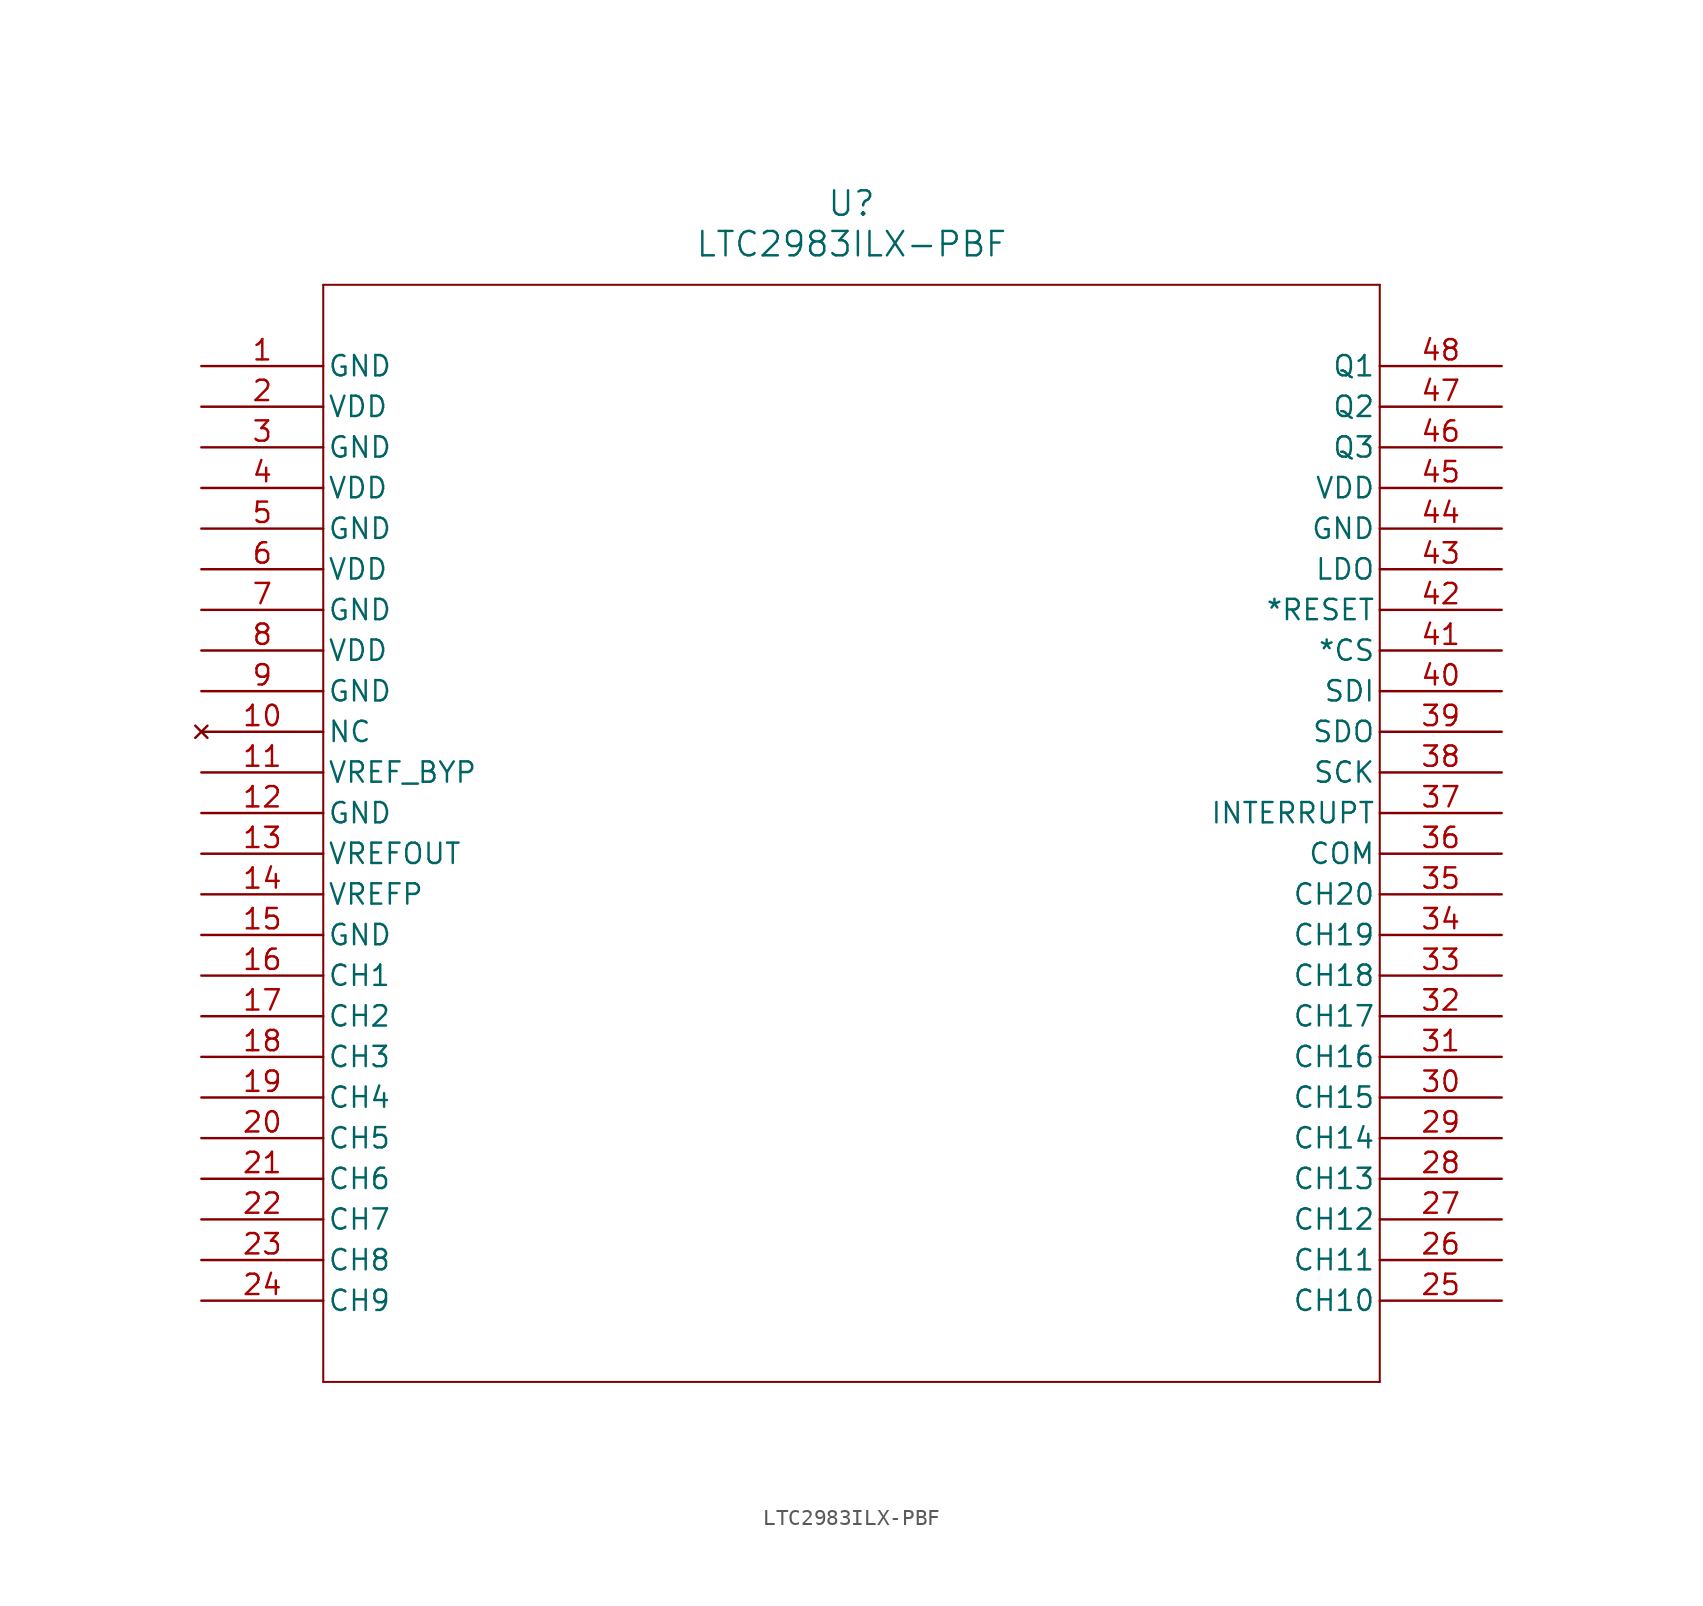
<source format=kicad_sym>
(kicad_symbol_lib
  (version 20211014)
  (generator kicad_symbol_editor)
  (symbol "LTC2983ILX-PBF"
    (pin_names
      (offset 0.254))
    (property "Reference" "U"
      (at 40.64 10.16 0)
      (effects (font (size 1.524 1.524))))
    (property "Value" "LTC2983ILX-PBF"
      (at 40.64 7.62 0)
      (effects (font (size 1.524 1.524))))
    (symbol "LTC2983ILX-PBF_0_1"
      (polyline (pts (xy 7.62 5.08) (xy 7.62 -63.5)) (stroke (width 0.127) (type default) (color 0 0 0 0)) (fill (type none)))
      (polyline (pts (xy 7.62 -63.5) (xy 73.66 -63.5)) (stroke (width 0.127) (type default) (color 0 0 0 0)) (fill (type none)))
      (polyline (pts (xy 73.66 -63.5) (xy 73.66 5.08)) (stroke (width 0.127) (type default) (color 0 0 0 0)) (fill (type none)))
      (polyline (pts (xy 73.66 5.08) (xy 7.62 5.08)) (stroke (width 0.127) (type default) (color 0 0 0 0)) (fill (type none)))
      (pin power_in line (at 0 0 0) (length 7.62) (name "GND" (effects (font (size 1.27 1.27)))) (number "1" (effects (font (size 1.27 1.27)))))
      (pin power_in line (at 0 -2.54 0) (length 7.62) (name "VDD" (effects (font (size 1.27 1.27)))) (number "2" (effects (font (size 1.27 1.27)))))
      (pin power_in line (at 0 -5.08 0) (length 7.62) (name "GND" (effects (font (size 1.27 1.27)))) (number "3" (effects (font (size 1.27 1.27)))))
      (pin power_in line (at 0 -7.62 0) (length 7.62) (name "VDD" (effects (font (size 1.27 1.27)))) (number "4" (effects (font (size 1.27 1.27)))))
      (pin power_in line (at 0 -10.16 0) (length 7.62) (name "GND" (effects (font (size 1.27 1.27)))) (number "5" (effects (font (size 1.27 1.27)))))
      (pin power_in line (at 0 -12.7 0) (length 7.62) (name "VDD" (effects (font (size 1.27 1.27)))) (number "6" (effects (font (size 1.27 1.27)))))
      (pin power_in line (at 0 -15.24 0) (length 7.62) (name "GND" (effects (font (size 1.27 1.27)))) (number "7" (effects (font (size 1.27 1.27)))))
      (pin power_in line (at 0 -17.78 0) (length 7.62) (name "VDD" (effects (font (size 1.27 1.27)))) (number "8" (effects (font (size 1.27 1.27)))))
      (pin power_in line (at 0 -20.32 0) (length 7.62) (name "GND" (effects (font (size 1.27 1.27)))) (number "9" (effects (font (size 1.27 1.27)))))
      (pin no_connect line (at 0 -22.86 0) (length 7.62) (name "NC" (effects (font (size 1.27 1.27)))) (number "10" (effects (font (size 1.27 1.27)))))
      (pin unspecified line (at 0 -25.4 0) (length 7.62) (name "VREF_BYP" (effects (font (size 1.27 1.27)))) (number "11" (effects (font (size 1.27 1.27)))))
      (pin power_in line (at 0 -27.94 0) (length 7.62) (name "GND" (effects (font (size 1.27 1.27)))) (number "12" (effects (font (size 1.27 1.27)))))
      (pin output line (at 0 -30.48 0) (length 7.62) (name "VREFOUT" (effects (font (size 1.27 1.27)))) (number "13" (effects (font (size 1.27 1.27)))))
      (pin input line (at 0 -33.02 0) (length 7.62) (name "VREFP" (effects (font (size 1.27 1.27)))) (number "14" (effects (font (size 1.27 1.27)))))
      (pin power_in line (at 0 -35.56 0) (length 7.62) (name "GND" (effects (font (size 1.27 1.27)))) (number "15" (effects (font (size 1.27 1.27)))))
      (pin input line (at 0 -38.1 0) (length 7.62) (name "CH1" (effects (font (size 1.27 1.27)))) (number "16" (effects (font (size 1.27 1.27)))))
      (pin input line (at 0 -40.64 0) (length 7.62) (name "CH2" (effects (font (size 1.27 1.27)))) (number "17" (effects (font (size 1.27 1.27)))))
      (pin input line (at 0 -43.18 0) (length 7.62) (name "CH3" (effects (font (size 1.27 1.27)))) (number "18" (effects (font (size 1.27 1.27)))))
      (pin input line (at 0 -45.72 0) (length 7.62) (name "CH4" (effects (font (size 1.27 1.27)))) (number "19" (effects (font (size 1.27 1.27)))))
      (pin input line (at 0 -48.26 0) (length 7.62) (name "CH5" (effects (font (size 1.27 1.27)))) (number "20" (effects (font (size 1.27 1.27)))))
      (pin input line (at 0 -50.8 0) (length 7.62) (name "CH6" (effects (font (size 1.27 1.27)))) (number "21" (effects (font (size 1.27 1.27)))))
      (pin input line (at 0 -53.34 0) (length 7.62) (name "CH7" (effects (font (size 1.27 1.27)))) (number "22" (effects (font (size 1.27 1.27)))))
      (pin input line (at 0 -55.88 0) (length 7.62) (name "CH8" (effects (font (size 1.27 1.27)))) (number "23" (effects (font (size 1.27 1.27)))))
      (pin input line (at 0 -58.42 0) (length 7.62) (name "CH9" (effects (font (size 1.27 1.27)))) (number "24" (effects (font (size 1.27 1.27)))))
      (pin input line (at 81.28 -58.42 180) (length 7.62) (name "CH10" (effects (font (size 1.27 1.27)))) (number "25" (effects (font (size 1.27 1.27)))))
      (pin input line (at 81.28 -55.88 180) (length 7.62) (name "CH11" (effects (font (size 1.27 1.27)))) (number "26" (effects (font (size 1.27 1.27)))))
      (pin input line (at 81.28 -53.34 180) (length 7.62) (name "CH12" (effects (font (size 1.27 1.27)))) (number "27" (effects (font (size 1.27 1.27)))))
      (pin input line (at 81.28 -50.8 180) (length 7.62) (name "CH13" (effects (font (size 1.27 1.27)))) (number "28" (effects (font (size 1.27 1.27)))))
      (pin input line (at 81.28 -48.26 180) (length 7.62) (name "CH14" (effects (font (size 1.27 1.27)))) (number "29" (effects (font (size 1.27 1.27)))))
      (pin input line (at 81.28 -45.72 180) (length 7.62) (name "CH15" (effects (font (size 1.27 1.27)))) (number "30" (effects (font (size 1.27 1.27)))))
      (pin input line (at 81.28 -43.18 180) (length 7.62) (name "CH16" (effects (font (size 1.27 1.27)))) (number "31" (effects (font (size 1.27 1.27)))))
      (pin input line (at 81.28 -40.64 180) (length 7.62) (name "CH17" (effects (font (size 1.27 1.27)))) (number "32" (effects (font (size 1.27 1.27)))))
      (pin input line (at 81.28 -38.1 180) (length 7.62) (name "CH18" (effects (font (size 1.27 1.27)))) (number "33" (effects (font (size 1.27 1.27)))))
      (pin input line (at 81.28 -35.56 180) (length 7.62) (name "CH19" (effects (font (size 1.27 1.27)))) (number "34" (effects (font (size 1.27 1.27)))))
      (pin input line (at 81.28 -33.02 180) (length 7.62) (name "CH20" (effects (font (size 1.27 1.27)))) (number "35" (effects (font (size 1.27 1.27)))))
      (pin input line (at 81.28 -30.48 180) (length 7.62) (name "COM" (effects (font (size 1.27 1.27)))) (number "36" (effects (font (size 1.27 1.27)))))
      (pin output line (at 81.28 -27.94 180) (length 7.62) (name "INTERRUPT" (effects (font (size 1.27 1.27)))) (number "37" (effects (font (size 1.27 1.27)))))
      (pin unspecified line (at 81.28 -25.4 180) (length 7.62) (name "SCK" (effects (font (size 1.27 1.27)))) (number "38" (effects (font (size 1.27 1.27)))))
      (pin output line (at 81.28 -22.86 180) (length 7.62) (name "SDO" (effects (font (size 1.27 1.27)))) (number "39" (effects (font (size 1.27 1.27)))))
      (pin input line (at 81.28 -20.32 180) (length 7.62) (name "SDI" (effects (font (size 1.27 1.27)))) (number "40" (effects (font (size 1.27 1.27)))))
      (pin bidirectional line (at 81.28 -17.78 180) (length 7.62) (name "*CS" (effects (font (size 1.27 1.27)))) (number "41" (effects (font (size 1.27 1.27)))))
      (pin unspecified line (at 81.28 -15.24 180) (length 7.62) (name "*RESET" (effects (font (size 1.27 1.27)))) (number "42" (effects (font (size 1.27 1.27)))))
      (pin output line (at 81.28 -12.7 180) (length 7.62) (name "LDO" (effects (font (size 1.27 1.27)))) (number "43" (effects (font (size 1.27 1.27)))))
      (pin power_in line (at 81.28 -10.16 180) (length 7.62) (name "GND" (effects (font (size 1.27 1.27)))) (number "44" (effects (font (size 1.27 1.27)))))
      (pin power_in line (at 81.28 -7.62 180) (length 7.62) (name "VDD" (effects (font (size 1.27 1.27)))) (number "45" (effects (font (size 1.27 1.27)))))
      (pin unspecified line (at 81.28 -5.08 180) (length 7.62) (name "Q3" (effects (font (size 1.27 1.27)))) (number "46" (effects (font (size 1.27 1.27)))))
      (pin unspecified line (at 81.28 -2.54 180) (length 7.62) (name "Q2" (effects (font (size 1.27 1.27)))) (number "47" (effects (font (size 1.27 1.27)))))
      (pin unspecified line (at 81.28 0 180) (length 7.62) (name "Q1" (effects (font (size 1.27 1.27)))) (number "48" (effects (font (size 1.27 1.27))))))))
</source>
